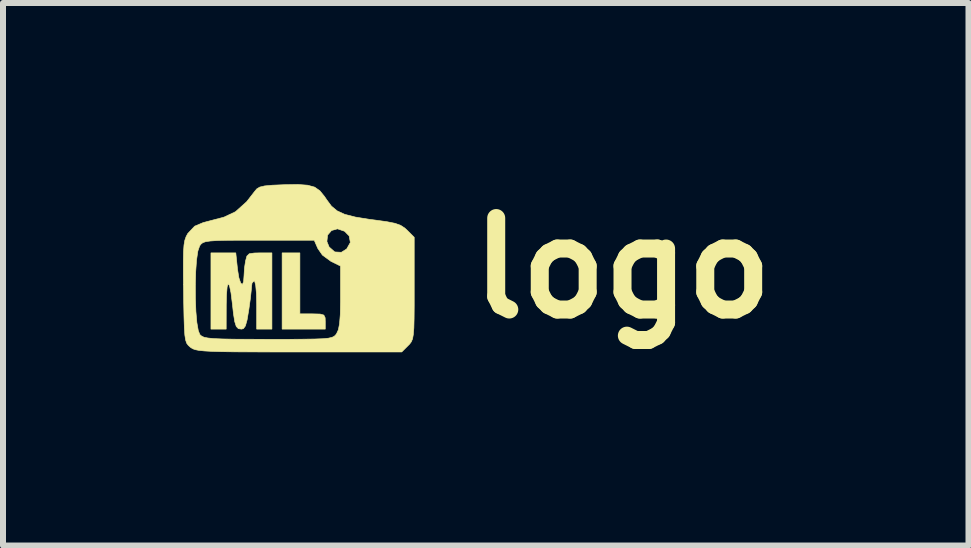
<source format=kicad_pcb>
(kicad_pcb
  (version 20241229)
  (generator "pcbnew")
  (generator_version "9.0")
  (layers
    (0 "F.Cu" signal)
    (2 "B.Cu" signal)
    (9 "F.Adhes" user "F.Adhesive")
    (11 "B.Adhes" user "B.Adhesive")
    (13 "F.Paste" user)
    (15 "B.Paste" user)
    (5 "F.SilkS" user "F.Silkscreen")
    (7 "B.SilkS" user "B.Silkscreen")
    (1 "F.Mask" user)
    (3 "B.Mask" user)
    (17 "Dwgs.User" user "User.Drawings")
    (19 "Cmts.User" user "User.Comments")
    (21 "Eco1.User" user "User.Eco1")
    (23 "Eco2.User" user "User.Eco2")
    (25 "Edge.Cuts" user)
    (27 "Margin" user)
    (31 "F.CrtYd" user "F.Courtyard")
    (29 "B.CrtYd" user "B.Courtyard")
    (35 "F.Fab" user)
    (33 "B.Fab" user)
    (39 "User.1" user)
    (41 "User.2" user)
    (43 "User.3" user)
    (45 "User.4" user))
  (footprint "logo"
    (layer "F.Cu")
    (at 3.818 2.79)
    (property "Reference" "logo" (at 3.505 -1.372 0) (layer "F.SilkS") (effects (font (size 1.524 1.524) (thickness 0.3))))
    (attr through_hole)
    (fp_poly (pts (xy -1.871 -0.61) (xy -1.659 -0.61) (xy -1.534 -0.607) (xy -1.472 -0.59) (xy -1.45 -0.545) (xy -1.448 -0.483) (xy -1.448 -0.356) (xy -2.167 -0.356) (xy -2.167 -1.626) (xy -1.871 -1.626) (xy -1.871 -0.61)) (stroke (width 0.01) (type solid)) (fill yes) (layer "F.SilkS"))
    (fp_poly (pts (xy -2.91 -1.35) (xy -2.887 -1.209) (xy -2.857 -1.123) (xy -2.829 -1.1) (xy -2.809 -1.147) (xy -2.802 -1.242) (xy -2.794 -1.375) (xy -2.776 -1.493) (xy -2.754 -1.573) (xy -2.714 -1.612) (xy -2.631 -1.624) (xy -2.543 -1.626) (xy -2.337 -1.626) (xy -2.337 -0.356) (xy -2.591 -0.356) (xy -2.591 -0.758) (xy -2.595 -0.947) (xy -2.607 -1.084) (xy -2.625 -1.154) (xy -2.633 -1.16) (xy -2.668 -1.125) (xy -2.675 -1.077) (xy -2.682 -0.996) (xy -2.697 -0.859) (xy -2.72 -0.694) (xy -2.723 -0.675) (xy -2.751 -0.508) (xy -2.779 -0.409) (xy -2.812 -0.364) (xy -2.845 -0.356) (xy -2.896 -0.364) (xy -2.931 -0.4) (xy -2.956 -0.478) (xy -2.978 -0.614) (xy -2.994 -0.761) (xy -3.019 -0.961) (xy -3.044 -1.078) (xy -3.066 -1.112) (xy -3.083 -1.061) (xy -3.094 -0.927) (xy -3.098 -0.768) (xy -3.099 -0.356) (xy -3.353 -0.356) (xy -3.353 -1.626) (xy -2.939 -1.626) (xy -2.91 -1.35)) (stroke (width 0.01) (type solid)) (fill yes) (layer "F.SilkS"))
    (fp_poly (pts (xy -1.742 -2.754) (xy -1.625 -2.722) (xy -1.538 -2.661) (xy -1.46 -2.565) (xy -1.423 -2.51) (xy -1.345 -2.405) (xy -1.251 -2.327) (xy -1.125 -2.269) (xy -0.951 -2.224) (xy -0.714 -2.185) (xy -0.623 -2.174) (xy -0.422 -2.146) (xy -0.286 -2.119) (xy -0.192 -2.085) (xy -0.123 -2.04) (xy -0.083 -2.003) (xy 0.034 -1.886) (xy 0.034 -1.034) (xy 0.034 -0.746) (xy 0.032 -0.529) (xy 0.028 -0.373) (xy 0.019 -0.265) (xy 0.006 -0.193) (xy -0.015 -0.144) (xy -0.043 -0.106) (xy -0.07 -0.079) (xy -0.174 0.025) (xy -1.886 0.025) (xy -2.312 0.025) (xy -2.663 0.024) (xy -2.945 0.023) (xy -3.166 0.02) (xy -3.336 0.015) (xy -3.461 0.008) (xy -3.551 -0.001) (xy -3.613 -0.013) (xy -3.655 -0.028) (xy -3.686 -0.047) (xy -3.697 -0.055) (xy -3.731 -0.086) (xy -3.757 -0.121) (xy -3.775 -0.174) (xy -3.788 -0.257) (xy -3.796 -0.381) (xy -3.802 -0.559) (xy -3.807 -0.803) (xy -3.809 -0.976) (xy -3.811 -1.095) (xy -3.613 -1.095) (xy -3.612 -0.868) (xy -3.604 -0.652) (xy -3.588 -0.467) (xy -3.564 -0.33) (xy -3.537 -0.264) (xy -3.509 -0.24) (xy -3.469 -0.221) (xy -3.405 -0.208) (xy -3.308 -0.198) (xy -3.166 -0.192) (xy -2.971 -0.188) (xy -2.71 -0.187) (xy -2.396 -0.186) (xy -2.068 -0.186) (xy -1.814 -0.188) (xy -1.624 -0.191) (xy -1.488 -0.196) (xy -1.395 -0.205) (xy -1.335 -0.219) (xy -1.298 -0.237) (xy -1.273 -0.262) (xy -1.26 -0.28) (xy -1.23 -0.344) (xy -1.21 -0.445) (xy -1.198 -0.596) (xy -1.194 -0.812) (xy -1.194 -0.891) (xy -1.194 -1.407) (xy -1.353 -1.485) (xy -1.496 -1.59) (xy -1.572 -1.7) (xy -1.623 -1.816) (xy -1.421 -1.816) (xy -1.384 -1.725) (xy -1.29 -1.642) (xy -1.18 -1.636) (xy -1.091 -1.692) (xy -1.03 -1.8) (xy -1.05 -1.909) (xy -1.127 -1.987) (xy -1.244 -2.027) (xy -1.344 -1.999) (xy -1.409 -1.923) (xy -1.421 -1.816) (xy -1.623 -1.816) (xy -1.632 -1.837) (xy -2.554 -1.837) (xy -2.856 -1.837) (xy -3.084 -1.836) (xy -3.25 -1.832) (xy -3.366 -1.824) (xy -3.441 -1.813) (xy -3.489 -1.796) (xy -3.519 -1.772) (xy -3.541 -1.743) (xy -3.571 -1.657) (xy -3.593 -1.508) (xy -3.607 -1.314) (xy -3.613 -1.095) (xy -3.811 -1.095) (xy -3.813 -1.266) (xy -3.813 -1.484) (xy -3.81 -1.644) (xy -3.802 -1.757) (xy -3.788 -1.837) (xy -3.767 -1.897) (xy -3.739 -1.949) (xy -3.737 -1.951) (xy -3.624 -2.071) (xy -3.482 -2.131) (xy -3.322 -2.173) (xy -3.153 -2.217) (xy -3.133 -2.223) (xy -2.943 -2.313) (xy -2.757 -2.48) (xy -2.628 -2.646) (xy -2.589 -2.693) (xy -2.539 -2.723) (xy -2.459 -2.742) (xy -2.331 -2.754) (xy -2.136 -2.762) (xy -2.134 -2.762) (xy -1.905 -2.766) (xy -1.742 -2.754)) (stroke (width 0.01) (type solid)) (fill yes) (layer "F.SilkS")))
  (gr_rect
    (start -3 -3)
    (end 13.088 6.04)
    (stroke (width 0.1) (type default))
    (fill no)
    (layer "Edge.Cuts")))
</source>
